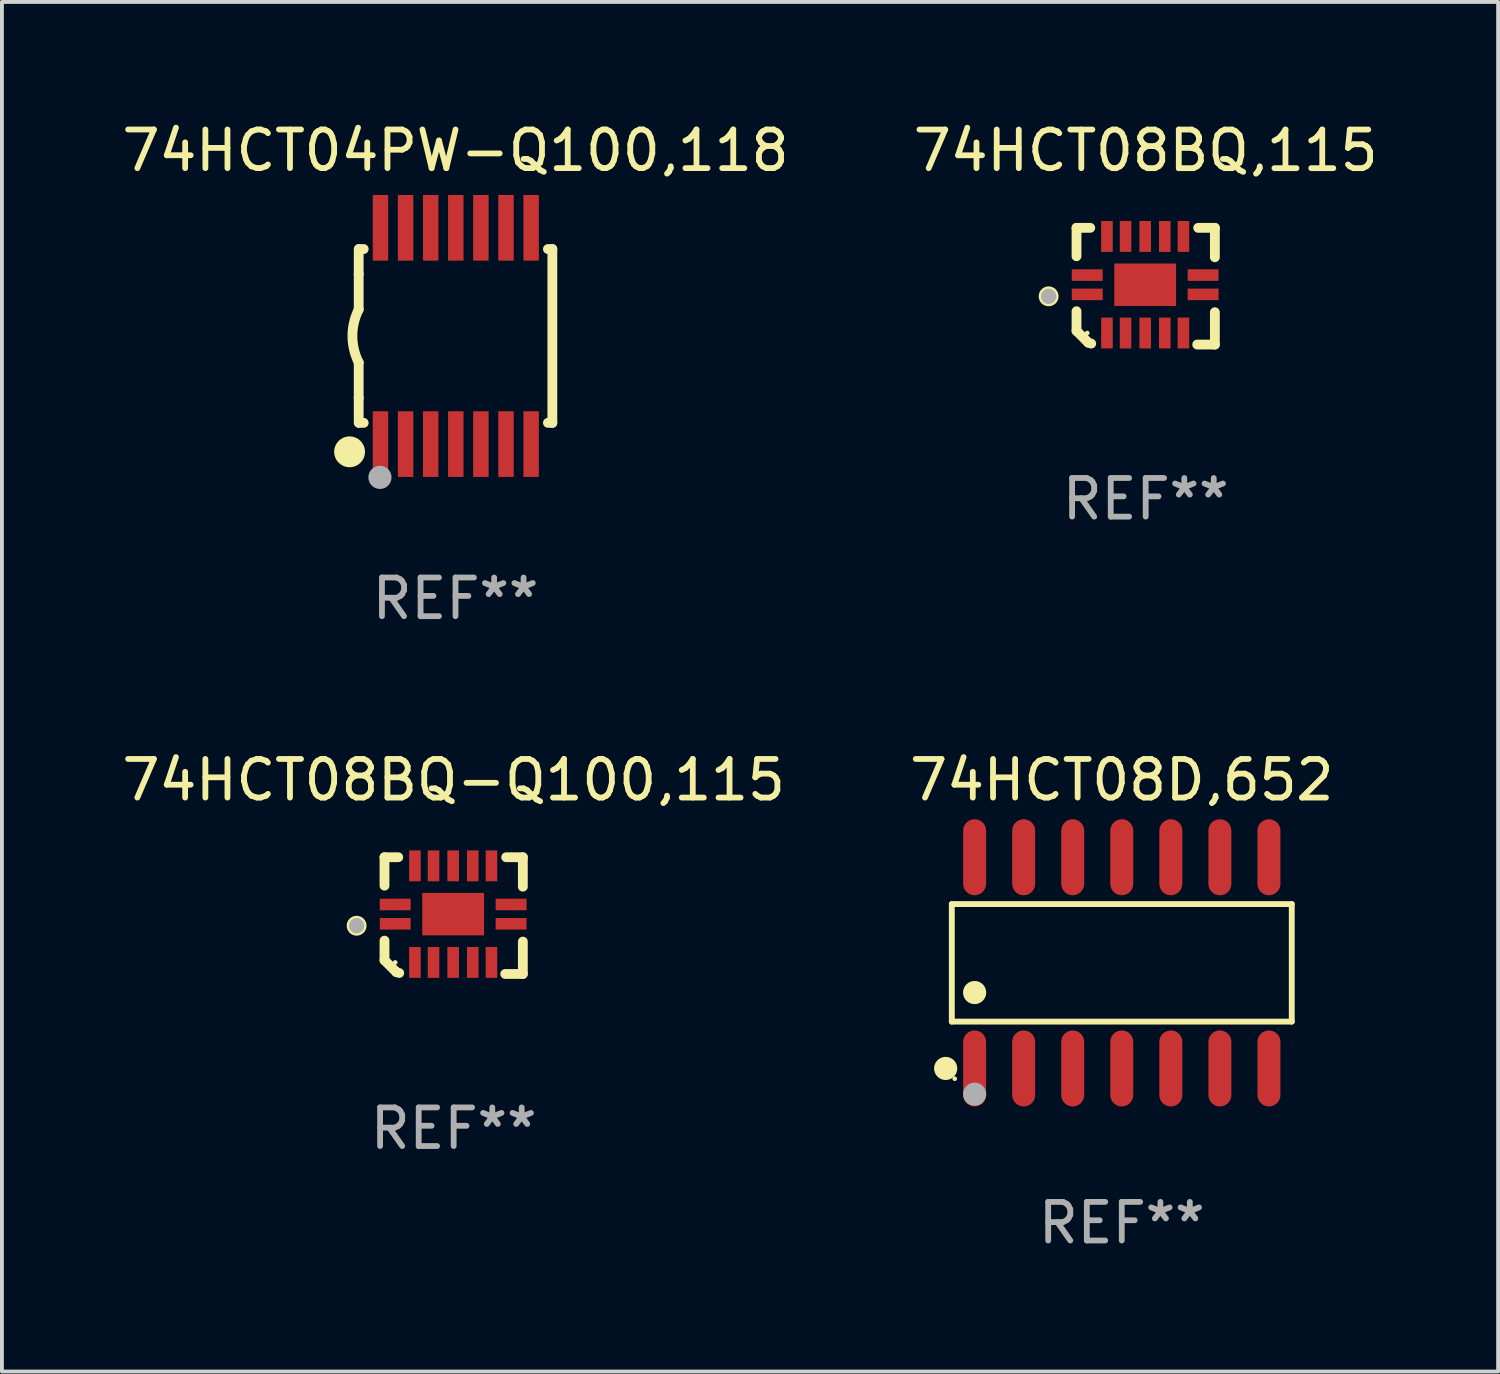
<source format=kicad_pcb>
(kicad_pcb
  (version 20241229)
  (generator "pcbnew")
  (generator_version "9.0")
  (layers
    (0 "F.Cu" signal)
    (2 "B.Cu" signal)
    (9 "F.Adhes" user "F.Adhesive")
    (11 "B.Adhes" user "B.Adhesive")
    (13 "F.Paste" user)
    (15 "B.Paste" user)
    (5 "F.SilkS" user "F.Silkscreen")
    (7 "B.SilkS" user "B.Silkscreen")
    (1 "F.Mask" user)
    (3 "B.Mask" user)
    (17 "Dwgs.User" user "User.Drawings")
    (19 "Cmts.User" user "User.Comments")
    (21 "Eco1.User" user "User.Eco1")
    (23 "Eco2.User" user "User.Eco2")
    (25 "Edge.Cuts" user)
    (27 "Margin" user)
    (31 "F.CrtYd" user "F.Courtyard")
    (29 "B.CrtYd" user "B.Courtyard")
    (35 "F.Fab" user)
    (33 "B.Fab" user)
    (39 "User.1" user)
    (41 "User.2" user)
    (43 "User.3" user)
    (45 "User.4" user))
  (footprint "74HCT08BQ,115"
    (layer "F.Cu")
    (at 26.613 4.36)
    (property "Reference" "74HCT08BQ,115" (at 0 -3.511 0) (layer "F.SilkS") (effects (font (size 1 1) (thickness 0.15))))
    (attr through_hole)
    (fp_line (start -1.791 -1.511) (end -1.435 -1.511) (stroke (width 0.254) (type solid)) (layer "F.SilkS"))
    (fp_line (start -1.791 -0.775) (end -1.791 -1.511) (stroke (width 0.254) (type solid)) (layer "F.SilkS"))
    (fp_line (start -1.791 1.156) (end -1.791 0.648) (stroke (width 0.254) (type solid)) (layer "F.SilkS"))
    (fp_line (start -1.486 1.461) (end -1.791 1.156) (stroke (width 0.254) (type solid)) (layer "F.SilkS"))
    (fp_line (start -1.41 1.486) (end -1.486 1.461) (stroke (width 0.254) (type solid)) (layer "F.SilkS"))
    (fp_line (start 1.334 1.511) (end 1.791 1.511) (stroke (width 0.254) (type solid)) (layer "F.SilkS"))
    (fp_line (start 1.791 -1.511) (end 1.359 -1.511) (stroke (width 0.254) (type solid)) (layer "F.SilkS"))
    (fp_line (start 1.791 -0.749) (end 1.791 -1.511) (stroke (width 0.254) (type solid)) (layer "F.SilkS"))
    (fp_line (start 1.791 1.511) (end 1.791 0.673) (stroke (width 0.254) (type solid)) (layer "F.SilkS"))
    (fp_circle (center -2.513 0.262) (end -2.383 0.262) (stroke (width 0.254) (type solid)) (fill no) (layer "F.SilkS"))
    (fp_circle (center -1.513 1.212) (end -1.483 1.212) (stroke (width 0.06) (type solid)) (fill no) (layer "F.SilkS"))
    (fp_circle (center -2.513 0.262) (end -2.413 0.262) (stroke (width 0.2) (type solid)) (fill no) (layer "F.Fab"))
    (fp_text user "REF**" (at 0 5.511 0) (layer "F.Fab") (effects (font (size 1 1) (thickness 0.15))))
    (pad "1" smd rect (at -1.513 0.212) (size 0.8 0.3) (layers "F.Cu" "F.Mask" "F.Paste"))
    (pad "2" smd rect (at -1.003 1.212) (size 0.3 0.8) (layers "F.Cu" "F.Mask" "F.Paste"))
    (pad "3" smd rect (at -0.521 1.212) (size 0.3 0.8) (layers "F.Cu" "F.Mask" "F.Paste"))
    (pad "4" smd rect (at -0.013 1.212) (size 0.3 0.8) (layers "F.Cu" "F.Mask" "F.Paste"))
    (pad "5" smd rect (at 0.495 1.212) (size 0.3 0.8) (layers "F.Cu" "F.Mask" "F.Paste"))
    (pad "6" smd rect (at 0.978 1.212) (size 0.3 0.8) (layers "F.Cu" "F.Mask" "F.Paste"))
    (pad "7" smd rect (at 1.487 0.212) (size 0.8 0.3) (layers "F.Cu" "F.Mask" "F.Paste"))
    (pad "8" smd rect (at 1.487 -0.288) (size 0.8 0.3) (layers "F.Cu" "F.Mask" "F.Paste"))
    (pad "9" smd rect (at 0.978 -1.288) (size 0.3 0.8) (layers "F.Cu" "F.Mask" "F.Paste"))
    (pad "10" smd rect (at 0.495 -1.288) (size 0.3 0.8) (layers "F.Cu" "F.Mask" "F.Paste"))
    (pad "11" smd rect (at -0.013 -1.288) (size 0.3 0.8) (layers "F.Cu" "F.Mask" "F.Paste"))
    (pad "12" smd rect (at -0.521 -1.288) (size 0.3 0.8) (layers "F.Cu" "F.Mask" "F.Paste"))
    (pad "13" smd rect (at -1.003 -1.288) (size 0.3 0.8) (layers "F.Cu" "F.Mask" "F.Paste"))
    (pad "14" smd rect (at -1.513 -0.288) (size 0.8 0.3) (layers "F.Cu" "F.Mask" "F.Paste"))
    (pad "15" smd rect (at -0.013 -0.038 90) (size 1.1 1.6) (layers "F.Cu" "F.Mask" "F.Paste")))
  (footprint "74HCT08BQ-Q100,115"
    (layer "F.Cu")
    (at 8.696 20.656)
    (property "Reference" "74HCT08BQ-Q100,115" (at 0 -3.511 0) (layer "F.SilkS") (effects (font (size 1 1) (thickness 0.15))))
    (attr through_hole)
    (fp_line (start -1.791 -1.511) (end -1.435 -1.511) (stroke (width 0.254) (type solid)) (layer "F.SilkS"))
    (fp_line (start -1.791 -0.775) (end -1.791 -1.511) (stroke (width 0.254) (type solid)) (layer "F.SilkS"))
    (fp_line (start -1.791 1.156) (end -1.791 0.648) (stroke (width 0.254) (type solid)) (layer "F.SilkS"))
    (fp_line (start -1.486 1.461) (end -1.791 1.156) (stroke (width 0.254) (type solid)) (layer "F.SilkS"))
    (fp_line (start -1.41 1.486) (end -1.486 1.461) (stroke (width 0.254) (type solid)) (layer "F.SilkS"))
    (fp_line (start 1.334 1.511) (end 1.791 1.511) (stroke (width 0.254) (type solid)) (layer "F.SilkS"))
    (fp_line (start 1.791 -1.511) (end 1.359 -1.511) (stroke (width 0.254) (type solid)) (layer "F.SilkS"))
    (fp_line (start 1.791 -0.749) (end 1.791 -1.511) (stroke (width 0.254) (type solid)) (layer "F.SilkS"))
    (fp_line (start 1.791 1.511) (end 1.791 0.673) (stroke (width 0.254) (type solid)) (layer "F.SilkS"))
    (fp_circle (center -2.513 0.262) (end -2.383 0.262) (stroke (width 0.254) (type solid)) (fill no) (layer "F.SilkS"))
    (fp_circle (center -1.513 1.212) (end -1.483 1.212) (stroke (width 0.06) (type solid)) (fill no) (layer "F.SilkS"))
    (fp_circle (center -2.513 0.262) (end -2.413 0.262) (stroke (width 0.2) (type solid)) (fill no) (layer "F.Fab"))
    (fp_text user "REF**" (at 0 5.511 0) (layer "F.Fab") (effects (font (size 1 1) (thickness 0.15))))
    (pad "1" smd rect (at -1.513 0.212) (size 0.8 0.3) (layers "F.Cu" "F.Mask" "F.Paste"))
    (pad "2" smd rect (at -1.003 1.212) (size 0.3 0.8) (layers "F.Cu" "F.Mask" "F.Paste"))
    (pad "3" smd rect (at -0.521 1.212) (size 0.3 0.8) (layers "F.Cu" "F.Mask" "F.Paste"))
    (pad "4" smd rect (at -0.013 1.212) (size 0.3 0.8) (layers "F.Cu" "F.Mask" "F.Paste"))
    (pad "5" smd rect (at 0.495 1.212) (size 0.3 0.8) (layers "F.Cu" "F.Mask" "F.Paste"))
    (pad "6" smd rect (at 0.978 1.212) (size 0.3 0.8) (layers "F.Cu" "F.Mask" "F.Paste"))
    (pad "7" smd rect (at 1.487 0.212) (size 0.8 0.3) (layers "F.Cu" "F.Mask" "F.Paste"))
    (pad "8" smd rect (at 1.487 -0.288) (size 0.8 0.3) (layers "F.Cu" "F.Mask" "F.Paste"))
    (pad "9" smd rect (at 0.978 -1.288) (size 0.3 0.8) (layers "F.Cu" "F.Mask" "F.Paste"))
    (pad "10" smd rect (at 0.495 -1.288) (size 0.3 0.8) (layers "F.Cu" "F.Mask" "F.Paste"))
    (pad "11" smd rect (at -0.013 -1.288) (size 0.3 0.8) (layers "F.Cu" "F.Mask" "F.Paste"))
    (pad "12" smd rect (at -0.521 -1.288) (size 0.3 0.8) (layers "F.Cu" "F.Mask" "F.Paste"))
    (pad "13" smd rect (at -1.003 -1.288) (size 0.3 0.8) (layers "F.Cu" "F.Mask" "F.Paste"))
    (pad "14" smd rect (at -1.513 -0.288) (size 0.8 0.3) (layers "F.Cu" "F.Mask" "F.Paste"))
    (pad "15" smd rect (at -0.013 -0.038 90) (size 1.1 1.6) (layers "F.Cu" "F.Mask" "F.Paste")))
  (footprint "74HCT04PW-Q100,118"
    (layer "F.Cu")
    (at 8.744 5.648)
    (property "Reference" "74HCT04PW-Q100,118" (at 0 -4.8 0) (layer "F.SilkS") (effects (font (size 1 1) (thickness 0.15))))
    (attr through_hole)
    (fp_line (start -2.507 -1.6) (end -2.507 -2.25) (stroke (width 0.254) (type solid)) (layer "F.SilkS"))
    (fp_line (start -2.507 -0.686) (end -2.507 -1.6) (stroke (width 0.254) (type solid)) (layer "F.SilkS"))
    (fp_line (start -2.507 1.6) (end -2.507 0.686) (stroke (width 0.254) (type solid)) (layer "F.SilkS"))
    (fp_line (start -2.507 1.6) (end -2.507 2.25) (stroke (width 0.254) (type solid)) (layer "F.SilkS"))
    (fp_line (start -2.493 -2.25) (end -2.377 -2.25) (stroke (width 0.254) (type solid)) (layer "F.SilkS"))
    (fp_line (start -2.377 2.25) (end -2.493 2.25) (stroke (width 0.254) (type solid)) (layer "F.SilkS"))
    (fp_line (start 2.392 -2.25) (end 2.507 -2.25) (stroke (width 0.254) (type solid)) (layer "F.SilkS"))
    (fp_line (start 2.507 -2.25) (end 2.507 2.25) (stroke (width 0.254) (type solid)) (layer "F.SilkS"))
    (fp_line (start 2.507 2.25) (end 2.392 2.25) (stroke (width 0.254) (type solid)) (layer "F.SilkS"))
    (fp_arc (start -2.507303 0.685802) (mid -2.669199 0) (end -2.507303 -0.685801) (stroke (width 0.254001) (type solid)) (layer "F.SilkS"))
    (fp_circle (center -2.743 3) (end -2.543 3) (stroke (width 0.4) (type solid)) (fill no) (layer "F.SilkS"))
    (fp_circle (center -2.493 3.2) (end -2.463 3.2) (stroke (width 0.06) (type solid)) (fill no) (layer "F.SilkS"))
    (fp_circle (center -1.957 3.662) (end -1.807 3.662) (stroke (width 0.3) (type solid)) (fill no) (layer "F.Fab"))
    (fp_text user "REF**" (at 0 6.8 0) (layer "F.Fab") (effects (font (size 1 1) (thickness 0.15))))
    (pad "1" smd rect (at -1.943 2.8) (size 0.4 1.7) (layers "F.Cu" "F.Mask" "F.Paste"))
    (pad "2" smd rect (at -1.293 2.8) (size 0.4 1.7) (layers "F.Cu" "F.Mask" "F.Paste"))
    (pad "3" smd rect (at -0.643 2.8) (size 0.4 1.7) (layers "F.Cu" "F.Mask" "F.Paste"))
    (pad "4" smd rect (at 0.007 2.8) (size 0.4 1.7) (layers "F.Cu" "F.Mask" "F.Paste"))
    (pad "5" smd rect (at 0.657 2.8) (size 0.4 1.7) (layers "F.Cu" "F.Mask" "F.Paste"))
    (pad "6" smd rect (at 1.307 2.8) (size 0.4 1.7) (layers "F.Cu" "F.Mask" "F.Paste"))
    (pad "7" smd rect (at 1.957 2.8) (size 0.4 1.7) (layers "F.Cu" "F.Mask" "F.Paste"))
    (pad "8" smd rect (at 1.957 -2.8) (size 0.4 1.7) (layers "F.Cu" "F.Mask" "F.Paste"))
    (pad "9" smd rect (at 1.307 -2.8) (size 0.4 1.7) (layers "F.Cu" "F.Mask" "F.Paste"))
    (pad "10" smd rect (at 0.657 -2.8) (size 0.4 1.7) (layers "F.Cu" "F.Mask" "F.Paste"))
    (pad "11" smd rect (at 0.007 -2.8) (size 0.4 1.7) (layers "F.Cu" "F.Mask" "F.Paste"))
    (pad "12" smd rect (at -0.643 -2.8) (size 0.4 1.7) (layers "F.Cu" "F.Mask" "F.Paste"))
    (pad "13" smd rect (at -1.293 -2.8) (size 0.4 1.7) (layers "F.Cu" "F.Mask" "F.Paste"))
    (pad "14" smd rect (at -1.943 -2.8) (size 0.4 1.7) (layers "F.Cu" "F.Mask" "F.Paste")))
  (footprint "74HCT08D,652"
    (layer "F.Cu")
    (at 25.994 21.879)
    (property "Reference" "74HCT08D,652" (at 0 -4.734 0) (layer "F.SilkS") (effects (font (size 1 1) (thickness 0.15))))
    (attr through_hole)
    (fp_line (start -4.401 -1.521) (end 4.401 -1.521) (stroke (width 0.152) (type solid)) (layer "F.SilkS"))
    (fp_line (start -4.401 1.521) (end -4.401 -1.521) (stroke (width 0.152) (type solid)) (layer "F.SilkS"))
    (fp_line (start 4.401 -1.521) (end 4.401 1.521) (stroke (width 0.152) (type solid)) (layer "F.SilkS"))
    (fp_line (start 4.401 1.521) (end -4.401 1.521) (stroke (width 0.152) (type solid)) (layer "F.SilkS"))
    (fp_circle (center -4.56 2.734) (end -4.41 2.734) (stroke (width 0.3) (type solid)) (fill no) (layer "F.SilkS"))
    (fp_circle (center -4.325 3) (end -4.295 3) (stroke (width 0.06) (type solid)) (fill no) (layer "F.SilkS"))
    (fp_circle (center -3.81 0.769) (end -3.66 0.769) (stroke (width 0.3) (type solid)) (fill no) (layer "F.SilkS"))
    (fp_circle (center -3.81 3.4) (end -3.66 3.4) (stroke (width 0.3) (type solid)) (fill no) (layer "F.Fab"))
    (fp_text user "REF**" (at 0 6.734 0) (layer "F.Fab") (effects (font (size 1 1) (thickness 0.15))))
    (pad "1" smd oval (at -3.81 2.734) (size 0.595 1.968) (layers "F.Cu" "F.Mask" "F.Paste"))
    (pad "2" smd oval (at -2.54 2.734) (size 0.595 1.968) (layers "F.Cu" "F.Mask" "F.Paste"))
    (pad "3" smd oval (at -1.27 2.734) (size 0.595 1.968) (layers "F.Cu" "F.Mask" "F.Paste"))
    (pad "4" smd oval (at 0 2.734) (size 0.595 1.968) (layers "F.Cu" "F.Mask" "F.Paste"))
    (pad "5" smd oval (at 1.27 2.734) (size 0.595 1.968) (layers "F.Cu" "F.Mask" "F.Paste"))
    (pad "6" smd oval (at 2.54 2.734) (size 0.595 1.968) (layers "F.Cu" "F.Mask" "F.Paste"))
    (pad "7" smd oval (at 3.81 2.734) (size 0.595 1.968) (layers "F.Cu" "F.Mask" "F.Paste"))
    (pad "8" smd oval (at 3.81 -2.734) (size 0.595 1.968) (layers "F.Cu" "F.Mask" "F.Paste"))
    (pad "9" smd oval (at 2.54 -2.734) (size 0.595 1.968) (layers "F.Cu" "F.Mask" "F.Paste"))
    (pad "10" smd oval (at 1.27 -2.734) (size 0.595 1.968) (layers "F.Cu" "F.Mask" "F.Paste"))
    (pad "11" smd oval (at 0 -2.734) (size 0.595 1.968) (layers "F.Cu" "F.Mask" "F.Paste"))
    (pad "12" smd oval (at -1.27 -2.734) (size 0.595 1.968) (layers "F.Cu" "F.Mask" "F.Paste"))
    (pad "13" smd oval (at -2.54 -2.734) (size 0.595 1.968) (layers "F.Cu" "F.Mask" "F.Paste"))
    (pad "14" smd oval (at -3.81 -2.734) (size 0.595 1.968) (layers "F.Cu" "F.Mask" "F.Paste")))
  (gr_rect
    (start -3 -3)
    (end 35.738 32.461)
    (stroke (width 0.1) (type default))
    (fill no)
    (layer "Edge.Cuts")))
</source>
